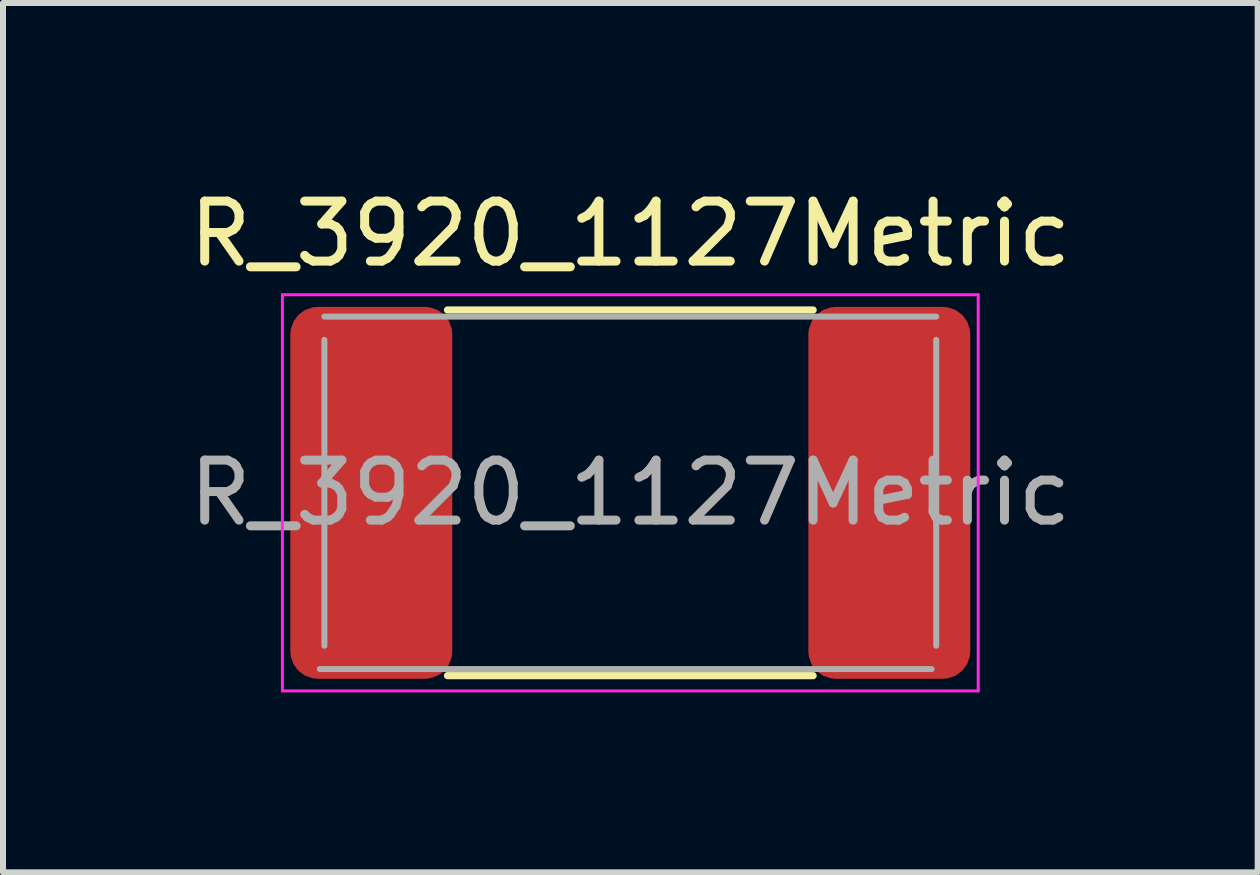
<source format=kicad_pcb>
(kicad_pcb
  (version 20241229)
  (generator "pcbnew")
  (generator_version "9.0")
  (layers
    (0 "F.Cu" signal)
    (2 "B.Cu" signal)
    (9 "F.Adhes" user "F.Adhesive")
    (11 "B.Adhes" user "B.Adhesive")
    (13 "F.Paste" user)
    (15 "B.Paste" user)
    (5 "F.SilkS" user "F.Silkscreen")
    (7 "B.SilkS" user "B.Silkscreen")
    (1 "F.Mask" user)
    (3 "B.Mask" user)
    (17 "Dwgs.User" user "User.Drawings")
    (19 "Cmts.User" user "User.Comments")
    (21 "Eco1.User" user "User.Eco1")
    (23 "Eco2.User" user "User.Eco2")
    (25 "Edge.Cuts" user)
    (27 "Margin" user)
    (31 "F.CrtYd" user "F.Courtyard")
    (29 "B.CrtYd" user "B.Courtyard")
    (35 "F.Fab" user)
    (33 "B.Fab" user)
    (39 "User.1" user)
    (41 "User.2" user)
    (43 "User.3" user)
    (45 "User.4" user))
  (footprint "R_3920_1127Metric"
    (layer "F.Cu")
    (at 7.458 5.166)
    (property "Reference" "R_3920_1127Metric" (at 0 -4.318 0) (layer "F.SilkS") (effects (font (size 1 1) (thickness 0.15))))
    (attr smd)
    (fp_line (start -3.048 -3.048) (end 3.048 -3.048) (stroke (width 0.12) (type solid)) (layer "F.SilkS"))
    (fp_line (start -3.048 3.048) (end 3.048 3.048) (stroke (width 0.12) (type solid)) (layer "F.SilkS"))
    (fp_line (start -5.8 -3.302) (end 5.8 -3.302) (stroke (width 0.05) (type solid)) (layer "F.CrtYd"))
    (fp_line (start -5.8 3.302) (end -5.8 -3.302) (stroke (width 0.05) (type solid)) (layer "F.CrtYd"))
    (fp_line (start 5.8 -3.302) (end 5.8 3.302) (stroke (width 0.05) (type solid)) (layer "F.CrtYd"))
    (fp_line (start 5.8 3.302) (end -5.8 3.302) (stroke (width 0.05) (type solid)) (layer "F.CrtYd"))
    (fp_line (start -5.1 -2.938) (end 5.1 -2.938) (stroke (width 0.1) (type solid)) (layer "F.Fab"))
    (fp_line (start -5.1 2.55) (end -5.1 -2.55) (stroke (width 0.1) (type solid)) (layer "F.Fab"))
    (fp_line (start 5.024 2.938) (end -5.176 2.938) (stroke (width 0.1) (type solid)) (layer "F.Fab"))
    (fp_line (start 5.1 -2.55) (end 5.1 2.55) (stroke (width 0.1) (type solid)) (layer "F.Fab"))
    (fp_text user "${REFERENCE}" (at 0 0 0) (layer "F.Fab") (effects (font (size 1 1) (thickness 0.15))))
    (pad "1" smd roundrect (at -4.318 0) (size 2.7 6.2) (layers "F.Cu" "F.Mask" "F.Paste") (roundrect_rratio 0.169))
    (pad "2" smd roundrect (at 4.318 0) (size 2.7 6.2) (layers "F.Cu" "F.Mask" "F.Paste") (roundrect_rratio 0.169)))
  (gr_rect
    (start -3 -3)
    (end 17.917 11.493)
    (stroke (width 0.1) (type default))
    (fill no)
    (layer "Edge.Cuts")))
</source>
